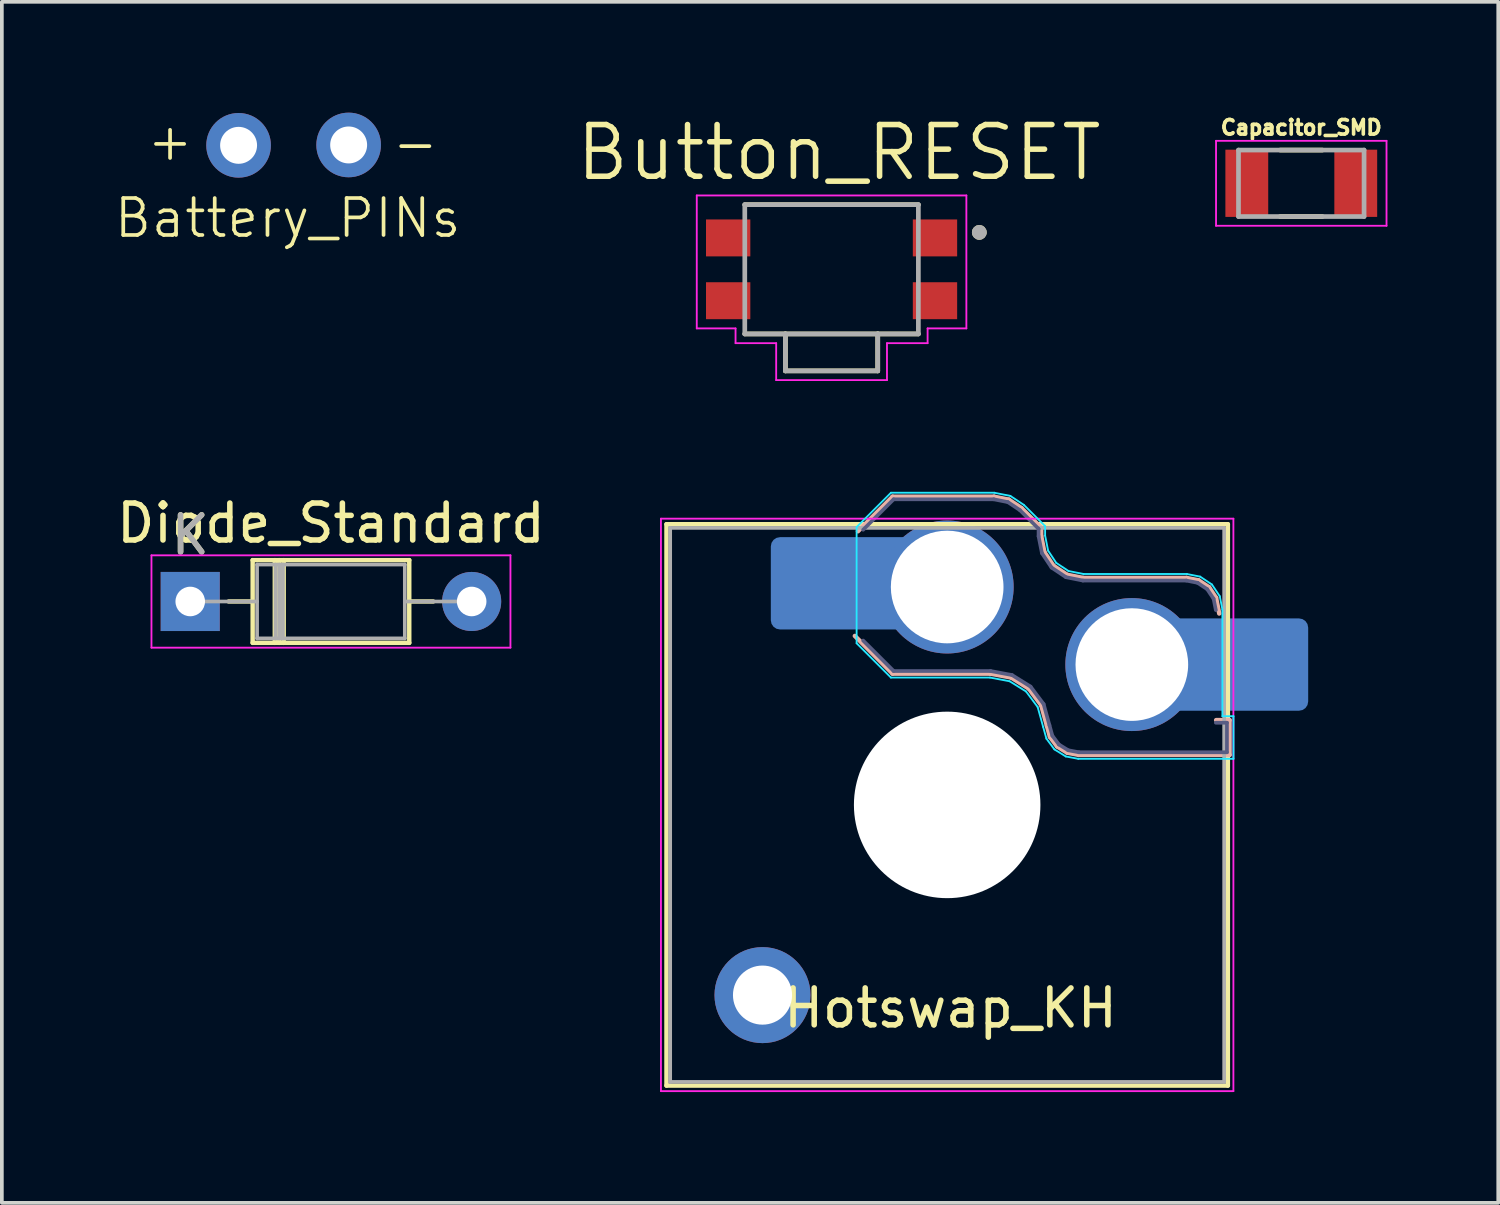
<source format=kicad_pcb>
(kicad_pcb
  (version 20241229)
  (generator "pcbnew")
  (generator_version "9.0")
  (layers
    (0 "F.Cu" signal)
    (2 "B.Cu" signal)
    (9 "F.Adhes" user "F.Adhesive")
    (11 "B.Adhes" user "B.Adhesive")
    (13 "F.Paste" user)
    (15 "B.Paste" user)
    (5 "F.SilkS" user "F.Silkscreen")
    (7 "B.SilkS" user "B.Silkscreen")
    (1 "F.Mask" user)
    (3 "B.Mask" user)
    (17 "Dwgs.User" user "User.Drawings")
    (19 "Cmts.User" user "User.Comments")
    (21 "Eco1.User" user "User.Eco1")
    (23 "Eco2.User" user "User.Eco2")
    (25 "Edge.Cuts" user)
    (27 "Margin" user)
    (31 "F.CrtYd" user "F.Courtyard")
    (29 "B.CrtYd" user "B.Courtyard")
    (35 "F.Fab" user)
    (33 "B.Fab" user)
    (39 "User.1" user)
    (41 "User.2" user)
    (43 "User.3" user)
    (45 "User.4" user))
  (footprint "Capacitor_SMD"
    (layer "F.Cu")
    (at 32.184 1.913)
    (property "Reference" "Capacitor_SMD" (at 0 -1.51 0) (layer "F.SilkS") (effects (font (size 0.394 0.394) (thickness 0.15))))
    (attr smd)
    (fp_line (start -0.57 -0.9) (end 0.57 -0.9) (stroke (width 0.127) (type solid)) (layer "F.SilkS"))
    (fp_line (start -0.57 0.9) (end 0.57 0.9) (stroke (width 0.127) (type solid)) (layer "F.SilkS"))
    (fp_line (start -2.308 -1.15) (end 2.308 -1.15) (stroke (width 0.05) (type solid)) (layer "F.CrtYd"))
    (fp_line (start -2.308 1.15) (end -2.308 -1.15) (stroke (width 0.05) (type solid)) (layer "F.CrtYd"))
    (fp_line (start -2.308 1.15) (end 2.308 1.15) (stroke (width 0.05) (type solid)) (layer "F.CrtYd"))
    (fp_line (start 2.308 1.15) (end 2.308 -1.15) (stroke (width 0.05) (type solid)) (layer "F.CrtYd"))
    (fp_line (start -1.7 0.9) (end -1.7 -0.9) (stroke (width 0.127) (type solid)) (layer "F.Fab"))
    (fp_line (start 1.7 -0.9) (end -1.7 -0.9) (stroke (width 0.127) (type solid)) (layer "F.Fab"))
    (fp_line (start 1.7 0.9) (end -1.7 0.9) (stroke (width 0.127) (type solid)) (layer "F.Fab"))
    (fp_line (start 1.7 0.9) (end 1.7 -0.9) (stroke (width 0.127) (type solid)) (layer "F.Fab"))
    (pad "1" smd rect (at -1.475 0) (size 1.16 1.82) (layers "F.Cu" "F.Mask" "F.Paste"))
    (pad "2" smd rect (at 1.475 0) (size 1.16 1.82) (layers "F.Cu" "F.Mask" "F.Paste")))
  (footprint "Diode_Standard"
    (layer "F.Cu")
    (at 2.101 13.236)
    (property "Reference" "Diode_Standard" (at 3.81 -2.12 0) (layer "F.SilkS") (effects (font (size 1 1) (thickness 0.15))))
    (attr through_hole)
    (fp_line (start 1.04 0) (end 1.69 0) (stroke (width 0.12) (type solid)) (layer "F.SilkS"))
    (fp_line (start 1.69 -1.12) (end 1.69 1.12) (stroke (width 0.12) (type solid)) (layer "F.SilkS"))
    (fp_line (start 1.69 1.12) (end 5.93 1.12) (stroke (width 0.12) (type solid)) (layer "F.SilkS"))
    (fp_line (start 2.29 -1.12) (end 2.29 1.12) (stroke (width 0.12) (type solid)) (layer "F.SilkS"))
    (fp_line (start 2.41 -1.12) (end 2.41 1.12) (stroke (width 0.12) (type solid)) (layer "F.SilkS"))
    (fp_line (start 2.53 -1.12) (end 2.53 1.12) (stroke (width 0.12) (type solid)) (layer "F.SilkS"))
    (fp_line (start 5.93 -1.12) (end 1.69 -1.12) (stroke (width 0.12) (type solid)) (layer "F.SilkS"))
    (fp_line (start 5.93 1.12) (end 5.93 -1.12) (stroke (width 0.12) (type solid)) (layer "F.SilkS"))
    (fp_line (start 6.58 0) (end 5.93 0) (stroke (width 0.12) (type solid)) (layer "F.SilkS"))
    (fp_line (start -1.05 -1.25) (end -1.05 1.25) (stroke (width 0.05) (type solid)) (layer "F.CrtYd"))
    (fp_line (start -1.05 1.25) (end 8.67 1.25) (stroke (width 0.05) (type solid)) (layer "F.CrtYd"))
    (fp_line (start 8.67 -1.25) (end -1.05 -1.25) (stroke (width 0.05) (type solid)) (layer "F.CrtYd"))
    (fp_line (start 8.67 1.25) (end 8.67 -1.25) (stroke (width 0.05) (type solid)) (layer "F.CrtYd"))
    (fp_line (start 0 0) (end 1.81 0) (stroke (width 0.1) (type solid)) (layer "F.Fab"))
    (fp_line (start 1.81 -1) (end 1.81 1) (stroke (width 0.1) (type solid)) (layer "F.Fab"))
    (fp_line (start 1.81 1) (end 5.81 1) (stroke (width 0.1) (type solid)) (layer "F.Fab"))
    (fp_line (start 2.31 -1) (end 2.31 1) (stroke (width 0.1) (type solid)) (layer "F.Fab"))
    (fp_line (start 2.41 -1) (end 2.41 1) (stroke (width 0.1) (type solid)) (layer "F.Fab"))
    (fp_line (start 2.51 -1) (end 2.51 1) (stroke (width 0.1) (type solid)) (layer "F.Fab"))
    (fp_line (start 5.81 -1) (end 1.81 -1) (stroke (width 0.1) (type solid)) (layer "F.Fab"))
    (fp_line (start 5.81 1) (end 5.81 -1) (stroke (width 0.1) (type solid)) (layer "F.Fab"))
    (fp_line (start 7.62 0) (end 5.81 0) (stroke (width 0.1) (type solid)) (layer "F.Fab"))
    (fp_text user "K" (at 0 -1.8 0) (layer "F.SilkS") (effects (font (size 1 1) (thickness 0.15))))
    (fp_text user "K" (at 0 -1.8 0) (layer "F.Fab") (effects (font (size 1 1) (thickness 0.15))))
    (pad "1" thru_hole rect (at 0 0) (size 1.6 1.6) (drill 0.8) (layers "*.Cu" "*.Mask"))
    (pad "2" thru_hole oval (at 7.62 0) (size 1.6 1.6) (drill 0.8) (layers "*.Cu" "*.Mask")))
  (footprint "Button_RESET"
    (layer "F.Cu")
    (at 19.466 4.242)
    (property "Reference" "Button_RESET" (at 0.2 -3.16 0) (layer "F.SilkS") (effects (font (size 1.4 1.4) (thickness 0.15))))
    (attr smd)
    (fp_line (start -2.35 -1.75) (end 2.35 -1.75) (stroke (width 0.127) (type solid)) (layer "F.SilkS"))
    (fp_line (start -2.35 1.75) (end -1.25 1.75) (stroke (width 0.127) (type solid)) (layer "F.SilkS"))
    (fp_line (start -1.25 1.75) (end -1.25 2.75) (stroke (width 0.127) (type solid)) (layer "F.SilkS"))
    (fp_line (start -1.25 1.75) (end 1.25 1.75) (stroke (width 0.127) (type solid)) (layer "F.SilkS"))
    (fp_line (start -1.25 2.75) (end 1.25 2.75) (stroke (width 0.127) (type solid)) (layer "F.SilkS"))
    (fp_line (start 1.25 1.75) (end 2.35 1.75) (stroke (width 0.127) (type solid)) (layer "F.SilkS"))
    (fp_line (start 1.25 2.75) (end 1.25 1.75) (stroke (width 0.127) (type solid)) (layer "F.SilkS"))
    (fp_circle (center 4 -1) (end 4.1 -1) (stroke (width 0.2) (type solid)) (fill no) (layer "F.SilkS"))
    (fp_line (start -3.65 -2) (end 3.65 -2) (stroke (width 0.05) (type solid)) (layer "F.CrtYd"))
    (fp_line (start -3.65 1.6) (end -3.65 -2) (stroke (width 0.05) (type solid)) (layer "F.CrtYd"))
    (fp_line (start -2.6 1.6) (end -3.65 1.6) (stroke (width 0.05) (type solid)) (layer "F.CrtYd"))
    (fp_line (start -2.6 2) (end -2.6 1.6) (stroke (width 0.05) (type solid)) (layer "F.CrtYd"))
    (fp_line (start -1.5 2) (end -2.6 2) (stroke (width 0.05) (type solid)) (layer "F.CrtYd"))
    (fp_line (start -1.5 3) (end -1.5 2) (stroke (width 0.05) (type solid)) (layer "F.CrtYd"))
    (fp_line (start 1.5 2) (end 1.5 3) (stroke (width 0.05) (type solid)) (layer "F.CrtYd"))
    (fp_line (start 1.5 3) (end -1.5 3) (stroke (width 0.05) (type solid)) (layer "F.CrtYd"))
    (fp_line (start 2.6 1.6) (end 2.6 2) (stroke (width 0.05) (type solid)) (layer "F.CrtYd"))
    (fp_line (start 2.6 2) (end 1.5 2) (stroke (width 0.05) (type solid)) (layer "F.CrtYd"))
    (fp_line (start 3.65 -2) (end 3.65 1.6) (stroke (width 0.05) (type solid)) (layer "F.CrtYd"))
    (fp_line (start 3.65 1.6) (end 2.6 1.6) (stroke (width 0.05) (type solid)) (layer "F.CrtYd"))
    (fp_line (start -2.35 -1.75) (end 2.35 -1.75) (stroke (width 0.127) (type solid)) (layer "F.Fab"))
    (fp_line (start -2.35 1.75) (end -2.35 -1.75) (stroke (width 0.127) (type solid)) (layer "F.Fab"))
    (fp_line (start -1.25 1.75) (end -2.35 1.75) (stroke (width 0.127) (type solid)) (layer "F.Fab"))
    (fp_line (start -1.25 1.75) (end -1.25 2.75) (stroke (width 0.127) (type solid)) (layer "F.Fab"))
    (fp_line (start -1.25 2.75) (end 1.25 2.75) (stroke (width 0.127) (type solid)) (layer "F.Fab"))
    (fp_line (start 1.25 1.75) (end -1.25 1.75) (stroke (width 0.127) (type solid)) (layer "F.Fab"))
    (fp_line (start 1.25 2.75) (end 1.25 1.75) (stroke (width 0.127) (type solid)) (layer "F.Fab"))
    (fp_line (start 2.35 -1.75) (end 2.35 1.75) (stroke (width 0.127) (type solid)) (layer "F.Fab"))
    (fp_line (start 2.35 1.75) (end 1.25 1.75) (stroke (width 0.127) (type solid)) (layer "F.Fab"))
    (fp_circle (center 4 -1) (end 4.1 -1) (stroke (width 0.2) (type solid)) (fill no) (layer "F.Fab"))
    (pad "1" smd rect (at 2.8 -0.85) (size 1.2 1) (layers "F.Cu" "F.Mask" "F.Paste"))
    (pad "2" smd rect (at 2.8 0.85) (size 1.2 1) (layers "F.Cu" "F.Mask" "F.Paste"))
    (pad "3" smd rect (at -2.8 -0.85) (size 1.2 1) (layers "F.Cu" "F.Mask" "F.Paste"))
    (pad "4" smd rect (at -2.8 0.85) (size 1.2 1) (layers "F.Cu" "F.Mask" "F.Paste")))
  (footprint "Battery_PINs"
    (layer "F.Cu")
    (at 3.41 5.465)
    (property "Reference" "Battery_PINs" (at 1.33 -2.61 0) (unlocked yes) (layer "F.SilkS") (effects (font (size 1 1) (thickness 0.1))))
    (attr through_hole)
    (fp_text user "+" (at -2.54 -4.11 0) (unlocked yes) (layer "F.SilkS") (effects (font (size 1 1) (thickness 0.1)) (justify left bottom)))
    (fp_text user "-" (at 4.1 -4.05 0) (unlocked yes) (layer "F.SilkS") (effects (font (size 1 1) (thickness 0.1)) (justify left bottom)))
    (pad "1" thru_hole circle (at 0 -4.58) (size 1.75 1.75) (drill 1) (layers "*.Cu" "*.Mask"))
    (pad "2" thru_hole circle (at 2.98 -4.59) (size 1.75 1.75) (drill 1) (layers "*.Cu" "*.Mask")))
  (footprint "Hotswap_KH"
    (layer "F.Cu")
    (at 22.596 18.744)
    (property "Reference" "Hotswap_KH" (at 0.09 5.5 0) (layer "F.SilkS") (effects (font (size 1 1) (thickness 0.15))))
    (attr smd allow_soldermask_bridges)
    (fp_line (start -7.6 -7.6) (end -7.6 7.6) (stroke (width 0.12) (type solid)) (layer "F.SilkS"))
    (fp_line (start -7.6 7.6) (end 7.6 7.6) (stroke (width 0.12) (type solid)) (layer "F.SilkS"))
    (fp_line (start 7.6 -7.6) (end -7.6 -7.6) (stroke (width 0.12) (type solid)) (layer "F.SilkS"))
    (fp_line (start 7.6 7.6) (end 7.6 -7.6) (stroke (width 0.12) (type solid)) (layer "F.SilkS"))
    (fp_line (start -2.416 -7.409) (end -1.479 -8.346) (stroke (width 0.12) (type solid)) (layer "B.SilkS"))
    (fp_line (start -1.479 -8.346) (end 1.268 -8.346) (stroke (width 0.12) (type solid)) (layer "B.SilkS"))
    (fp_line (start -1.479 -3.554) (end -2.5 -4.575) (stroke (width 0.12) (type solid)) (layer "B.SilkS"))
    (fp_line (start 1.168 -3.554) (end -1.479 -3.554) (stroke (width 0.12) (type solid)) (layer "B.SilkS"))
    (fp_line (start 1.268 -8.346) (end 1.671 -8.266) (stroke (width 0.12) (type solid)) (layer "B.SilkS"))
    (fp_line (start 1.671 -8.266) (end 2.013 -8.037) (stroke (width 0.12) (type solid)) (layer "B.SilkS"))
    (fp_line (start 1.73 -3.449) (end 1.168 -3.554) (stroke (width 0.12) (type solid)) (layer "B.SilkS"))
    (fp_line (start 2.013 -8.037) (end 2.546 -7.504) (stroke (width 0.12) (type solid)) (layer "B.SilkS"))
    (fp_line (start 2.209 -3.15) (end 1.73 -3.449) (stroke (width 0.12) (type solid)) (layer "B.SilkS"))
    (fp_line (start 2.546 -7.504) (end 2.546 -7.282) (stroke (width 0.12) (type solid)) (layer "B.SilkS"))
    (fp_line (start 2.546 -7.282) (end 2.633 -6.844) (stroke (width 0.12) (type solid)) (layer "B.SilkS"))
    (fp_line (start 2.547 -2.697) (end 2.209 -3.15) (stroke (width 0.12) (type solid)) (layer "B.SilkS"))
    (fp_line (start 2.633 -6.844) (end 2.877 -6.477) (stroke (width 0.12) (type solid)) (layer "B.SilkS"))
    (fp_line (start 2.701 -2.139) (end 2.547 -2.697) (stroke (width 0.12) (type solid)) (layer "B.SilkS"))
    (fp_line (start 2.783 -1.841) (end 2.701 -2.139) (stroke (width 0.12) (type solid)) (layer "B.SilkS"))
    (fp_line (start 2.877 -6.477) (end 3.244 -6.233) (stroke (width 0.12) (type solid)) (layer "B.SilkS"))
    (fp_line (start 2.976 -1.583) (end 2.783 -1.841) (stroke (width 0.12) (type solid)) (layer "B.SilkS"))
    (fp_line (start 3.244 -6.233) (end 3.682 -6.146) (stroke (width 0.12) (type solid)) (layer "B.SilkS"))
    (fp_line (start 3.25 -1.413) (end 2.976 -1.583) (stroke (width 0.12) (type solid)) (layer "B.SilkS"))
    (fp_line (start 3.56 -1.354) (end 3.25 -1.413) (stroke (width 0.12) (type solid)) (layer "B.SilkS"))
    (fp_line (start 3.682 -6.146) (end 6.482 -6.146) (stroke (width 0.12) (type solid)) (layer "B.SilkS"))
    (fp_line (start 6.482 -6.146) (end 6.809 -6.081) (stroke (width 0.12) (type solid)) (layer "B.SilkS"))
    (fp_line (start 6.809 -6.081) (end 7.092 -5.892) (stroke (width 0.12) (type solid)) (layer "B.SilkS"))
    (fp_line (start 7.092 -5.892) (end 7.281 -5.609) (stroke (width 0.12) (type solid)) (layer "B.SilkS"))
    (fp_line (start 7.281 -5.609) (end 7.366 -5.182) (stroke (width 0.12) (type solid)) (layer "B.SilkS"))
    (fp_line (start 7.283 -2.296) (end 7.646 -2.296) (stroke (width 0.12) (type solid)) (layer "B.SilkS"))
    (fp_line (start 7.646 -2.296) (end 7.646 -1.354) (stroke (width 0.12) (type solid)) (layer "B.SilkS"))
    (fp_line (start 7.646 -1.354) (end 3.56 -1.354) (stroke (width 0.12) (type solid)) (layer "B.SilkS"))
    (fp_line (start -7.25 -7.25) (end -7.25 7.25) (stroke (width 0.1) (type solid)) (layer "Eco1.User"))
    (fp_line (start -7.25 7.25) (end 7.25 7.25) (stroke (width 0.1) (type solid)) (layer "Eco1.User"))
    (fp_line (start 7.25 -7.25) (end -7.25 -7.25) (stroke (width 0.1) (type solid)) (layer "Eco1.User"))
    (fp_line (start 7.25 7.25) (end 7.25 -7.25) (stroke (width 0.1) (type solid)) (layer "Eco1.User"))
    (fp_line (start -2.452 -7.523) (end -1.523 -8.452) (stroke (width 0.05) (type solid)) (layer "B.CrtYd"))
    (fp_line (start -2.452 -4.377) (end -2.452 -7.523) (stroke (width 0.05) (type solid)) (layer "B.CrtYd"))
    (fp_line (start -1.523 -8.452) (end 1.278 -8.452) (stroke (width 0.05) (type solid)) (layer "B.CrtYd"))
    (fp_line (start -1.523 -3.448) (end -2.452 -4.377) (stroke (width 0.05) (type solid)) (layer "B.CrtYd"))
    (fp_line (start 1.159 -3.448) (end -1.523 -3.448) (stroke (width 0.05) (type solid)) (layer "B.CrtYd"))
    (fp_line (start 1.278 -8.452) (end 1.712 -8.366) (stroke (width 0.05) (type solid)) (layer "B.CrtYd"))
    (fp_line (start 1.691 -3.348) (end 1.159 -3.448) (stroke (width 0.05) (type solid)) (layer "B.CrtYd"))
    (fp_line (start 1.712 -8.366) (end 2.081 -8.119) (stroke (width 0.05) (type solid)) (layer "B.CrtYd"))
    (fp_line (start 2.081 -8.119) (end 2.652 -7.548) (stroke (width 0.05) (type solid)) (layer "B.CrtYd"))
    (fp_line (start 2.136 -3.071) (end 1.691 -3.348) (stroke (width 0.05) (type solid)) (layer "B.CrtYd"))
    (fp_line (start 2.45 -2.65) (end 2.136 -3.071) (stroke (width 0.05) (type solid)) (layer "B.CrtYd"))
    (fp_line (start 2.599 -2.111) (end 2.45 -2.65) (stroke (width 0.05) (type solid)) (layer "B.CrtYd"))
    (fp_line (start 2.652 -7.548) (end 2.652 -7.292) (stroke (width 0.05) (type solid)) (layer "B.CrtYd"))
    (fp_line (start 2.652 -7.292) (end 2.733 -6.885) (stroke (width 0.05) (type solid)) (layer "B.CrtYd"))
    (fp_line (start 2.687 -1.794) (end 2.599 -2.111) (stroke (width 0.05) (type solid)) (layer "B.CrtYd"))
    (fp_line (start 2.733 -6.885) (end 2.953 -6.553) (stroke (width 0.05) (type solid)) (layer "B.CrtYd"))
    (fp_line (start 2.903 -1.503) (end 2.687 -1.794) (stroke (width 0.05) (type solid)) (layer "B.CrtYd"))
    (fp_line (start 2.953 -6.553) (end 3.285 -6.333) (stroke (width 0.05) (type solid)) (layer "B.CrtYd"))
    (fp_line (start 3.211 -1.312) (end 2.903 -1.503) (stroke (width 0.05) (type solid)) (layer "B.CrtYd"))
    (fp_line (start 3.285 -6.333) (end 3.692 -6.252) (stroke (width 0.05) (type solid)) (layer "B.CrtYd"))
    (fp_line (start 3.55 -1.248) (end 3.211 -1.312) (stroke (width 0.05) (type solid)) (layer "B.CrtYd"))
    (fp_line (start 3.692 -6.252) (end 6.492 -6.252) (stroke (width 0.05) (type solid)) (layer "B.CrtYd"))
    (fp_line (start 6.492 -6.252) (end 6.85 -6.181) (stroke (width 0.05) (type solid)) (layer "B.CrtYd"))
    (fp_line (start 6.85 -6.181) (end 7.168 -5.968) (stroke (width 0.05) (type solid)) (layer "B.CrtYd"))
    (fp_line (start 7.168 -5.968) (end 7.381 -5.65) (stroke (width 0.05) (type solid)) (layer "B.CrtYd"))
    (fp_line (start 7.381 -5.65) (end 7.452 -5.292) (stroke (width 0.05) (type solid)) (layer "B.CrtYd"))
    (fp_line (start 7.452 -5.292) (end 7.452 -2.402) (stroke (width 0.05) (type solid)) (layer "B.CrtYd"))
    (fp_line (start 7.452 -2.402) (end 7.752 -2.402) (stroke (width 0.05) (type solid)) (layer "B.CrtYd"))
    (fp_line (start 7.752 -2.402) (end 7.752 -1.248) (stroke (width 0.05) (type solid)) (layer "B.CrtYd"))
    (fp_line (start 7.752 -1.248) (end 3.55 -1.248) (stroke (width 0.05) (type solid)) (layer "B.CrtYd"))
    (fp_line (start -7.75 -7.75) (end -7.75 7.75) (stroke (width 0.05) (type solid)) (layer "F.CrtYd"))
    (fp_line (start -7.75 7.75) (end 7.75 7.75) (stroke (width 0.05) (type solid)) (layer "F.CrtYd"))
    (fp_line (start 7.75 -7.75) (end -7.75 -7.75) (stroke (width 0.05) (type solid)) (layer "F.CrtYd"))
    (fp_line (start 7.75 7.75) (end 7.75 -7.75) (stroke (width 0.05) (type solid)) (layer "F.CrtYd"))
    (fp_line (start -2.275 -7.45) (end -1.45 -8.275) (stroke (width 0.1) (type solid)) (layer "B.Fab"))
    (fp_line (start -1.45 -8.275) (end 1.261 -8.275) (stroke (width 0.1) (type solid)) (layer "B.Fab"))
    (fp_line (start -1.45 -3.625) (end -2.275 -4.45) (stroke (width 0.1) (type solid)) (layer "B.Fab"))
    (fp_line (start 1.175 -3.625) (end -1.45 -3.625) (stroke (width 0.1) (type solid)) (layer "B.Fab"))
    (fp_line (start 1.261 -8.275) (end 1.643 -8.199) (stroke (width 0.1) (type solid)) (layer "B.Fab"))
    (fp_line (start 1.643 -8.199) (end 1.968 -7.982) (stroke (width 0.1) (type solid)) (layer "B.Fab"))
    (fp_line (start 1.756 -3.516) (end 1.175 -3.625) (stroke (width 0.1) (type solid)) (layer "B.Fab"))
    (fp_line (start 1.968 -7.982) (end 2.475 -7.475) (stroke (width 0.1) (type solid)) (layer "B.Fab"))
    (fp_line (start 2.258 -3.203) (end 1.756 -3.516) (stroke (width 0.1) (type solid)) (layer "B.Fab"))
    (fp_line (start 2.475 -7.475) (end 2.475 -7.275) (stroke (width 0.1) (type solid)) (layer "B.Fab"))
    (fp_line (start 2.475 -7.275) (end 2.566 -6.816) (stroke (width 0.1) (type solid)) (layer "B.Fab"))
    (fp_line (start 2.566 -6.816) (end 2.826 -6.426) (stroke (width 0.1) (type solid)) (layer "B.Fab"))
    (fp_line (start 2.612 -2.729) (end 2.258 -3.203) (stroke (width 0.1) (type solid)) (layer "B.Fab"))
    (fp_line (start 2.769 -2.158) (end 2.612 -2.729) (stroke (width 0.1) (type solid)) (layer "B.Fab"))
    (fp_line (start 2.826 -6.426) (end 3.216 -6.166) (stroke (width 0.1) (type solid)) (layer "B.Fab"))
    (fp_line (start 2.848 -1.873) (end 2.769 -2.158) (stroke (width 0.1) (type solid)) (layer "B.Fab"))
    (fp_line (start 3.025 -1.636) (end 2.848 -1.873) (stroke (width 0.1) (type solid)) (layer "B.Fab"))
    (fp_line (start 3.216 -6.166) (end 3.675 -6.075) (stroke (width 0.1) (type solid)) (layer "B.Fab"))
    (fp_line (start 3.276 -1.48) (end 3.025 -1.636) (stroke (width 0.1) (type solid)) (layer "B.Fab"))
    (fp_line (start 3.567 -1.425) (end 3.276 -1.48) (stroke (width 0.1) (type solid)) (layer "B.Fab"))
    (fp_line (start 3.675 -6.075) (end 6.475 -6.075) (stroke (width 0.1) (type solid)) (layer "B.Fab"))
    (fp_line (start 6.475 -6.075) (end 6.781 -6.014) (stroke (width 0.1) (type solid)) (layer "B.Fab"))
    (fp_line (start 6.781 -6.014) (end 7.041 -5.841) (stroke (width 0.1) (type solid)) (layer "B.Fab"))
    (fp_line (start 7.041 -5.841) (end 7.214 -5.581) (stroke (width 0.1) (type solid)) (layer "B.Fab"))
    (fp_line (start 7.214 -5.581) (end 7.275 -5.275) (stroke (width 0.1) (type solid)) (layer "B.Fab"))
    (fp_line (start 7.275 -2.225) (end 7.575 -2.225) (stroke (width 0.1) (type solid)) (layer "B.Fab"))
    (fp_line (start 7.575 -2.225) (end 7.575 -1.425) (stroke (width 0.1) (type solid)) (layer "B.Fab"))
    (fp_line (start 7.575 -1.425) (end 3.567 -1.425) (stroke (width 0.1) (type solid)) (layer "B.Fab"))
    (fp_line (start -7.5 -7.5) (end -7.5 7.5) (stroke (width 0.1) (type solid)) (layer "F.Fab"))
    (fp_line (start -7.5 7.5) (end 7.5 7.5) (stroke (width 0.1) (type solid)) (layer "F.Fab"))
    (fp_line (start 7.5 -7.5) (end -7.5 -7.5) (stroke (width 0.1) (type solid)) (layer "F.Fab"))
    (fp_line (start 7.5 7.5) (end 7.5 -7.5) (stroke (width 0.1) (type solid)) (layer "F.Fab"))
    (pad "" thru_hole circle (at -5 5.15) (size 2.6 2.6) (drill 1.6) (layers "*.Cu" "*.Mask"))
    (pad "" smd roundrect (at -3.5 -6) (size 2.55 2.5) (layers "B.Mask" "B.Paste") (roundrect_rratio 0.1))
    (pad "" np_thru_hole circle (at 0 0) (size 5.05 5.05) (drill 5.05) (layers "*.Cu" "*.Mask"))
    (pad "" smd roundrect (at 8.5 -3.8) (size 2.55 2.5) (layers "B.Mask" "B.Paste") (roundrect_rratio 0.1))
    (pad "1" smd roundrect (at -2.85 -6) (size 3.85 2.5) (layers "B.Cu") (roundrect_rratio 0.1))
    (pad "1" thru_hole circle (at 0 -5.9) (size 3.6 3.6) (drill 3.05) (layers "*.Cu" "*.Mask"))
    (pad "2" thru_hole circle (at 5 -3.8) (size 3.6 3.6) (drill 3.05) (layers "*.Cu" "*.Mask"))
    (pad "2" smd roundrect (at 7.85 -3.8) (size 3.85 2.5) (layers "B.Cu") (roundrect_rratio 0.1)))
  (gr_rect
    (start -3 -3)
    (end 37.517 29.519)
    (stroke (width 0.1) (type default))
    (fill no)
    (layer "Edge.Cuts")))
</source>
